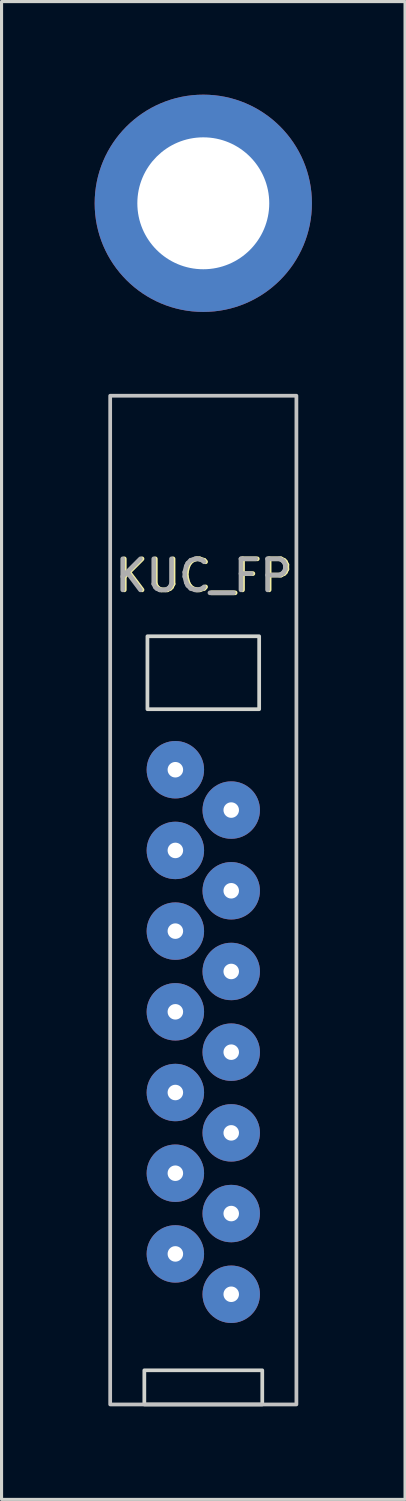
<source format=kicad_pcb>
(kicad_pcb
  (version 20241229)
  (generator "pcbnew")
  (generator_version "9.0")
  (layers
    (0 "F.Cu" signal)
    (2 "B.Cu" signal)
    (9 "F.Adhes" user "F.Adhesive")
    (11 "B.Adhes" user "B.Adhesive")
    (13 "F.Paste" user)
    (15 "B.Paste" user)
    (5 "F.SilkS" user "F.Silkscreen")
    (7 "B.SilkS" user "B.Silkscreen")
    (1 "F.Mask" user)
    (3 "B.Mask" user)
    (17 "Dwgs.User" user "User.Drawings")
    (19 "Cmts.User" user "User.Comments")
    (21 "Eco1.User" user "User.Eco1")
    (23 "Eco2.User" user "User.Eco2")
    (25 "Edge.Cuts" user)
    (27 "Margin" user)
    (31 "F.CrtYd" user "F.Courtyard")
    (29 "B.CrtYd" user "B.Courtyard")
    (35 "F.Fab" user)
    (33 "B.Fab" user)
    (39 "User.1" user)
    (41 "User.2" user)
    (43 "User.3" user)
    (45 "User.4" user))
  (footprint "KUC_FP"
    (layer "F.Cu")
    (at 3.5 3.5)
    (property "Reference" "KUC_FP" (at 0.05 12 0) (unlocked yes) (layer "F.SilkS") (effects (font (size 1 1) (thickness 0.15))))
    (attr through_hole)
    (fp_rect (start 3 38.7) (end -3 6.2) (stroke (width 0.12) (type solid)) (fill no) (layer "Dwgs.User"))
    (fp_rect (start -1.9 37.6) (end 1.9 38.7) (stroke (width 0.12) (type solid)) (fill no) (layer "Edge.Cuts"))
    (fp_rect (start -1.8 13.95) (end 1.8 16.3) (stroke (width 0.12) (type solid)) (fill no) (layer "Edge.Cuts"))
    (fp_text user "${REFERENCE}" (at 0 12 0) (unlocked yes) (layer "F.Fab") (effects (font (size 1 1) (thickness 0.15))))
    (pad "" np_thru_hole circle (at 0 0) (size 7 7) (drill 4.25) (layers "*.Cu" "*.Mask"))
    (pad "1" thru_hole circle (at -0.9 18.25) (size 1.85 1.85) (drill 0.5) (layers "*.Cu" "*.Mask"))
    (pad "2" thru_hole circle (at 0.9 19.55) (size 1.85 1.85) (drill 0.5) (layers "*.Cu" "*.Mask"))
    (pad "3" thru_hole circle (at -0.9 20.85) (size 1.85 1.85) (drill 0.5) (layers "*.Cu" "*.Mask"))
    (pad "4" thru_hole circle (at 0.9 22.15) (size 1.85 1.85) (drill 0.5) (layers "*.Cu" "*.Mask"))
    (pad "5" thru_hole circle (at -0.9 23.45) (size 1.85 1.85) (drill 0.5) (layers "*.Cu" "*.Mask"))
    (pad "6" thru_hole circle (at 0.9 24.75) (size 1.85 1.85) (drill 0.5) (layers "*.Cu" "*.Mask"))
    (pad "7" thru_hole circle (at -0.9 26.05) (size 1.85 1.85) (drill 0.5) (layers "*.Cu" "*.Mask"))
    (pad "8" thru_hole circle (at 0.9 27.35) (size 1.85 1.85) (drill 0.5) (layers "*.Cu" "*.Mask"))
    (pad "9" thru_hole circle (at -0.9 28.65) (size 1.85 1.85) (drill 0.5) (layers "*.Cu" "*.Mask"))
    (pad "10" thru_hole circle (at 0.9 29.95) (size 1.85 1.85) (drill 0.5) (layers "*.Cu" "*.Mask"))
    (pad "11" thru_hole circle (at -0.9 31.25) (size 1.85 1.85) (drill 0.5) (layers "*.Cu" "*.Mask"))
    (pad "12" thru_hole circle (at 0.9 32.55) (size 1.85 1.85) (drill 0.5) (layers "*.Cu" "*.Mask"))
    (pad "13" thru_hole circle (at -0.9 33.85) (size 1.85 1.85) (drill 0.5) (layers "*.Cu" "*.Mask"))
    (pad "14" thru_hole circle (at 0.9 35.15) (size 1.85 1.85) (drill 0.5) (layers "*.Cu" "*.Mask")))
  (gr_rect
    (start -3 -3)
    (end 10 45.26)
    (stroke (width 0.1) (type default))
    (fill no)
    (layer "Edge.Cuts")))
</source>
